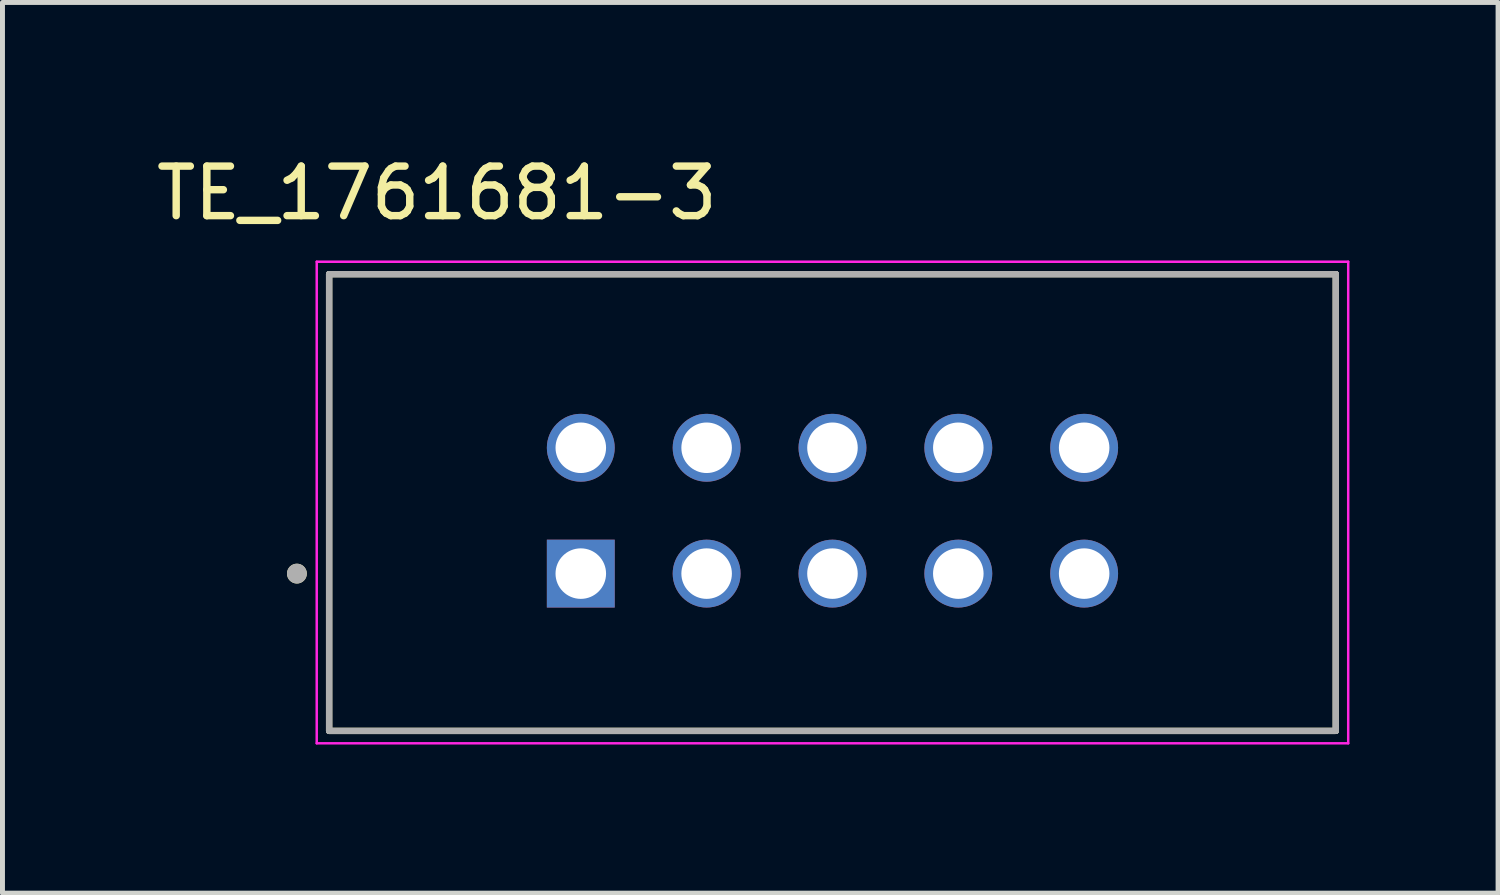
<source format=kicad_pcb>
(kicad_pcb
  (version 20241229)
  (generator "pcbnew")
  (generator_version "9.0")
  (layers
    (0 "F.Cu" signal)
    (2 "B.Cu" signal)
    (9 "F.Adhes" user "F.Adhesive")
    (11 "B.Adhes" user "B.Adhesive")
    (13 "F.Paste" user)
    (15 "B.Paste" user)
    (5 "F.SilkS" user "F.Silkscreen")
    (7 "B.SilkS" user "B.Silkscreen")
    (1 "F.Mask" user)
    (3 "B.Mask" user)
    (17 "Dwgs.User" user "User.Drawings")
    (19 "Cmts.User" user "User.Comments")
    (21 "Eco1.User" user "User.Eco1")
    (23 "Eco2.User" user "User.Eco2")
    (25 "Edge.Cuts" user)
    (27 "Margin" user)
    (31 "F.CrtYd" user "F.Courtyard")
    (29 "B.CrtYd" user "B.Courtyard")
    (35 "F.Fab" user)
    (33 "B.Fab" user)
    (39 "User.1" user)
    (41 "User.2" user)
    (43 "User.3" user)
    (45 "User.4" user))
  (footprint "TE_1761681-3"
    (layer "F.Cu")
    (at 8.673 8.528)
    (property "Reference" "TE_1761681-3" (at -2.905 -7.68 0) (layer "F.SilkS") (effects (font (size 1 1) (thickness 0.15))))
    (attr through_hole)
    (fp_line (start -5.08 3.175) (end -5.08 -6.045) (stroke (width 0.127) (type solid)) (layer "F.SilkS"))
    (fp_line (start 15.24 -6.045) (end -5.08 -6.045) (stroke (width 0.127) (type solid)) (layer "F.SilkS"))
    (fp_line (start 15.24 -6.045) (end 15.24 3.175) (stroke (width 0.127) (type solid)) (layer "F.SilkS"))
    (fp_line (start 15.24 3.175) (end -5.08 3.175) (stroke (width 0.127) (type solid)) (layer "F.SilkS"))
    (fp_circle (center -5.73 0) (end -5.63 0) (stroke (width 0.2) (type solid)) (fill no) (layer "F.SilkS"))
    (fp_line (start -5.33 -6.295) (end 15.49 -6.295) (stroke (width 0.05) (type solid)) (layer "F.CrtYd"))
    (fp_line (start -5.33 3.425) (end -5.33 -6.295) (stroke (width 0.05) (type solid)) (layer "F.CrtYd"))
    (fp_line (start 15.49 -6.295) (end 15.49 3.425) (stroke (width 0.05) (type solid)) (layer "F.CrtYd"))
    (fp_line (start 15.49 3.425) (end -5.33 3.425) (stroke (width 0.05) (type solid)) (layer "F.CrtYd"))
    (fp_line (start -5.08 -6.045) (end 15.24 -6.045) (stroke (width 0.127) (type solid)) (layer "F.Fab"))
    (fp_line (start -5.08 -6.045) (end 15.24 -6.045) (stroke (width 0.127) (type solid)) (layer "F.Fab"))
    (fp_line (start -5.08 3.175) (end -5.08 -6.045) (stroke (width 0.127) (type solid)) (layer "F.Fab"))
    (fp_line (start -5.08 3.175) (end -5.08 -6.045) (stroke (width 0.127) (type solid)) (layer "F.Fab"))
    (fp_line (start 15.24 -6.045) (end 15.24 3.175) (stroke (width 0.127) (type solid)) (layer "F.Fab"))
    (fp_line (start 15.24 -6.045) (end 15.24 3.175) (stroke (width 0.127) (type solid)) (layer "F.Fab"))
    (fp_line (start 15.24 3.175) (end -5.08 3.175) (stroke (width 0.127) (type solid)) (layer "F.Fab"))
    (fp_circle (center -5.73 0) (end -5.63 0) (stroke (width 0.2) (type solid)) (fill no) (layer "F.Fab"))
    (pad "1" thru_hole rect (at 0 0) (size 1.37 1.37) (drill 1.02) (layers "*.Cu" "*.Mask"))
    (pad "2" thru_hole circle (at 0 -2.54) (size 1.37 1.37) (drill 1.02) (layers "*.Cu" "*.Mask"))
    (pad "3" thru_hole circle (at 2.54 0) (size 1.37 1.37) (drill 1.02) (layers "*.Cu" "*.Mask"))
    (pad "4" thru_hole circle (at 2.54 -2.54) (size 1.37 1.37) (drill 1.02) (layers "*.Cu" "*.Mask"))
    (pad "5" thru_hole circle (at 5.08 0) (size 1.37 1.37) (drill 1.02) (layers "*.Cu" "*.Mask"))
    (pad "6" thru_hole circle (at 5.08 -2.54) (size 1.37 1.37) (drill 1.02) (layers "*.Cu" "*.Mask"))
    (pad "7" thru_hole circle (at 7.62 0) (size 1.37 1.37) (drill 1.02) (layers "*.Cu" "*.Mask"))
    (pad "8" thru_hole circle (at 7.62 -2.54) (size 1.37 1.37) (drill 1.02) (layers "*.Cu" "*.Mask"))
    (pad "9" thru_hole circle (at 10.16 0) (size 1.37 1.37) (drill 1.02) (layers "*.Cu" "*.Mask"))
    (pad "10" thru_hole circle (at 10.16 -2.54) (size 1.37 1.37) (drill 1.02) (layers "*.Cu" "*.Mask")))
  (gr_rect
    (start -3 -3)
    (end 27.188 14.978)
    (stroke (width 0.1) (type default))
    (fill no)
    (layer "Edge.Cuts")))
</source>
